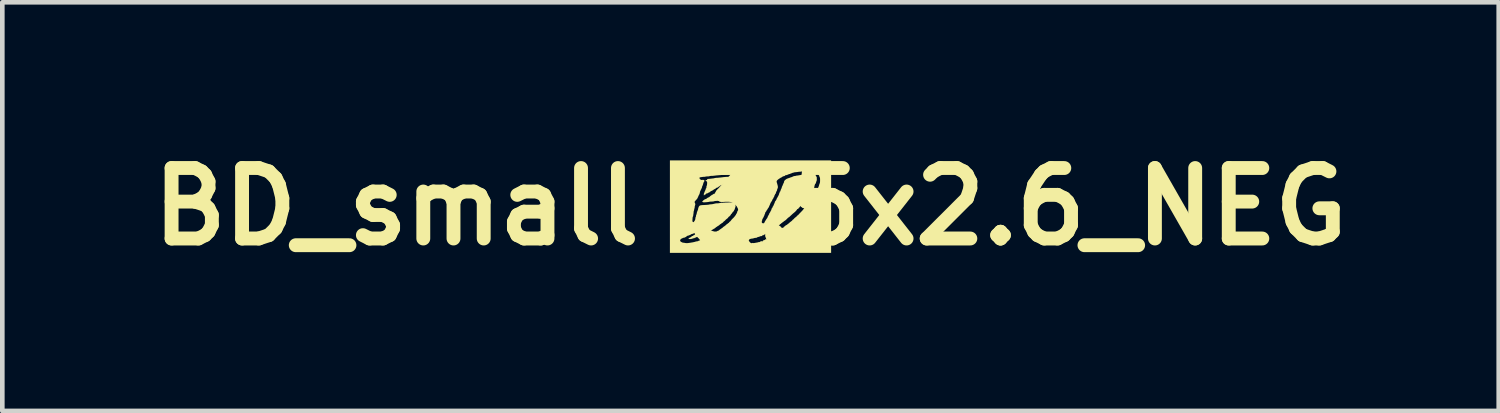
<source format=kicad_pcb>
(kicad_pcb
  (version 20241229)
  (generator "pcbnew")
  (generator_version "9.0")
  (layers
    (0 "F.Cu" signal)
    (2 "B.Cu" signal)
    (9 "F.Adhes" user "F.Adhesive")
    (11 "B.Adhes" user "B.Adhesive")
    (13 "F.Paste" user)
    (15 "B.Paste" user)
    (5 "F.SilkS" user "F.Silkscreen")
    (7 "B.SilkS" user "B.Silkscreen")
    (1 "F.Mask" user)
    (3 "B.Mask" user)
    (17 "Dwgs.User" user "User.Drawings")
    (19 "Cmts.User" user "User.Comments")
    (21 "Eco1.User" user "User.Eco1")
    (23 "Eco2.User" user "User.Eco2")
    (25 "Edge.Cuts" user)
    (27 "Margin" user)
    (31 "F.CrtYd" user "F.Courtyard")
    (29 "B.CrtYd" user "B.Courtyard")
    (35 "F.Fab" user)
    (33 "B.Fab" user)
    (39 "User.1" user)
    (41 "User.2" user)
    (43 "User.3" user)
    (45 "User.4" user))
  (footprint "BD_small 3.5x2.6_NEG"
    (layer "F.Cu")
    (at 13.179 1.418)
    (property "Reference" "BD_small 3.5x2.6_NEG" (at 0 0 0) (layer "F.SilkS") (effects (font (size 1.524 1.524) (thickness 0.3))))
    (attr board_only exclude_from_pos_files exclude_from_bom)
    (fp_poly (pts (xy 0.935 0.263) (xy 0.933 0.265) (xy 0.931 0.263) (xy 0.933 0.261)) (stroke (width 0) (type solid)) (fill yes) (layer "F.SilkS"))
    (fp_poly (pts (xy -0.984 -0.574) (xy -0.985 -0.573) (xy -0.985 -0.568) (xy -0.983 -0.565) (xy -0.981 -0.56) (xy -0.983 -0.559) (xy -0.988 -0.562) (xy -0.99 -0.566) (xy -0.992 -0.573) (xy -0.99 -0.575) (xy -0.987 -0.576)) (stroke (width 0) (type solid)) (fill yes) (layer "F.SilkS"))
    (fp_poly (pts (xy -0.409 -0.646) (xy -0.395 -0.646) (xy -0.387 -0.645) (xy -0.386 -0.644) (xy -0.385 -0.64) (xy -0.379 -0.636) (xy -0.375 -0.634) (xy -0.369 -0.633) (xy -0.369 -0.631) (xy -0.375 -0.626) (xy -0.382 -0.619) (xy -0.384 -0.612) (xy -0.386 -0.606) (xy -0.394 -0.604) (xy -0.402 -0.603) (xy -0.404 -0.6) (xy -0.408 -0.596) (xy -0.415 -0.591) (xy -0.433 -0.584) (xy -0.445 -0.578) (xy -0.456 -0.571) (xy -0.461 -0.567) (xy -0.473 -0.559) (xy -0.484 -0.554) (xy -0.486 -0.554) (xy -0.495 -0.55) (xy -0.507 -0.542) (xy -0.517 -0.535) (xy -0.529 -0.526) (xy -0.538 -0.52) (xy -0.543 -0.518) (xy -0.547 -0.515) (xy -0.547 -0.512) (xy -0.55 -0.507) (xy -0.555 -0.506) (xy -0.563 -0.504) (xy -0.566 -0.502) (xy -0.571 -0.499) (xy -0.574 -0.5) (xy -0.58 -0.498) (xy -0.585 -0.494) (xy -0.592 -0.487) (xy -0.597 -0.486) (xy -0.604 -0.482) (xy -0.608 -0.478) (xy -0.615 -0.471) (xy -0.628 -0.465) (xy -0.635 -0.463) (xy -0.654 -0.455) (xy -0.667 -0.445) (xy -0.675 -0.437) (xy -0.682 -0.433) (xy -0.683 -0.433) (xy -0.691 -0.43) (xy -0.693 -0.428) (xy -0.698 -0.422) (xy -0.708 -0.416) (xy -0.717 -0.411) (xy -0.724 -0.409) (xy -0.725 -0.409) (xy -0.733 -0.408) (xy -0.742 -0.404) (xy -0.747 -0.399) (xy -0.747 -0.398) (xy -0.75 -0.392) (xy -0.752 -0.392) (xy -0.758 -0.39) (xy -0.766 -0.384) (xy -0.766 -0.384) (xy -0.776 -0.378) (xy -0.784 -0.376) (xy -0.792 -0.372) (xy -0.796 -0.368) (xy -0.801 -0.363) (xy -0.811 -0.356) (xy -0.823 -0.349) (xy -0.835 -0.343) (xy -0.844 -0.339) (xy -0.847 -0.339) (xy -0.852 -0.337) (xy -0.86 -0.331) (xy -0.87 -0.324) (xy -0.879 -0.317) (xy -0.885 -0.312) (xy -0.886 -0.31) (xy -0.889 -0.308) (xy -0.898 -0.305) (xy -0.901 -0.304) (xy -0.913 -0.3) (xy -0.921 -0.294) (xy -0.922 -0.294) (xy -0.931 -0.287) (xy -0.941 -0.286) (xy -0.953 -0.284) (xy -0.958 -0.28) (xy -0.963 -0.274) (xy -0.965 -0.273) (xy -0.971 -0.27) (xy -0.973 -0.265) (xy -0.976 -0.259) (xy -0.978 -0.258) (xy -0.984 -0.257) (xy -0.993 -0.253) (xy -1.001 -0.247) (xy -1.005 -0.244) (xy -1.008 -0.244) (xy -1.01 -0.247) (xy -1.01 -0.254) (xy -1.01 -0.257) (xy -1.002 -0.257) (xy -1.002 -0.253) (xy -1 -0.253) (xy -0.996 -0.256) (xy -0.996 -0.257) (xy -0.997 -0.261) (xy -0.998 -0.261) (xy -1.001 -0.258) (xy -1.002 -0.257) (xy -1.01 -0.257) (xy -1.01 -0.266) (xy -1.009 -0.271) (xy -1.007 -0.283) (xy -1.007 -0.29) (xy -1.007 -0.291) (xy -1.006 -0.295) (xy -1.002 -0.298) (xy -0.997 -0.305) (xy -0.996 -0.309) (xy -0.994 -0.317) (xy -0.993 -0.321) (xy -0.983 -0.342) (xy -0.976 -0.357) (xy -0.972 -0.368) (xy -0.969 -0.378) (xy -0.969 -0.38) (xy -0.967 -0.389) (xy -0.964 -0.394) (xy -0.963 -0.394) (xy -0.96 -0.396) (xy -0.957 -0.403) (xy -0.954 -0.412) (xy -0.953 -0.42) (xy -0.953 -0.425) (xy -0.954 -0.432) (xy -0.952 -0.438) (xy -0.945 -0.456) (xy -0.941 -0.473) (xy -0.939 -0.493) (xy -0.938 -0.503) (xy -0.938 -0.519) (xy -0.939 -0.529) (xy -0.941 -0.536) (xy -0.946 -0.542) (xy -0.95 -0.547) (xy -0.96 -0.554) (xy -0.968 -0.559) (xy -0.97 -0.559) (xy -0.974 -0.561) (xy -0.972 -0.566) (xy -0.964 -0.572) (xy -0.955 -0.573) (xy -0.945 -0.575) (xy -0.94 -0.58) (xy -0.937 -0.586) (xy -0.934 -0.595) (xy -0.927 -0.598) (xy -0.919 -0.599) (xy -0.904 -0.6) (xy -0.883 -0.602) (xy -0.858 -0.604) (xy -0.843 -0.606) (xy -0.832 -0.608) (xy -0.817 -0.609) (xy -0.809 -0.61) (xy -0.794 -0.612) (xy -0.781 -0.615) (xy -0.777 -0.617) (xy -0.767 -0.619) (xy -0.753 -0.621) (xy -0.735 -0.623) (xy -0.729 -0.623) (xy -0.707 -0.624) (xy -0.678 -0.627) (xy -0.646 -0.63) (xy -0.612 -0.634) (xy -0.577 -0.639) (xy -0.576 -0.639) (xy -0.561 -0.64) (xy -0.543 -0.642) (xy -0.521 -0.643) (xy -0.497 -0.644) (xy -0.472 -0.645) (xy -0.449 -0.646) (xy -0.427 -0.646)) (stroke (width 0) (type solid)) (fill yes) (layer "F.SilkS"))
    (fp_poly (pts (xy 1.743 1) (xy -1.743 1) (xy -1.743 0.737) (xy -1.522 0.737) (xy -1.516 0.75) (xy -1.502 0.762) (xy -1.494 0.766) (xy -1.483 0.771) (xy -1.474 0.775) (xy -1.473 0.776) (xy -1.463 0.779) (xy -1.454 0.78) (xy -1.444 0.781) (xy -1.43 0.783) (xy -1.421 0.785) (xy -1.405 0.788) (xy -1.386 0.789) (xy -1.367 0.789) (xy -1.35 0.788) (xy -1.339 0.786) (xy -1.338 0.786) (xy -1.329 0.784) (xy -1.326 0.784) (xy -1.319 0.784) (xy -1.308 0.782) (xy -1.306 0.782) (xy -1.293 0.779) (xy -1.28 0.777) (xy -1.248 0.772) (xy -1.212 0.764) (xy -1.196 0.759) (xy -1.179 0.754) (xy -1.162 0.751) (xy -1.15 0.749) (xy -1.149 0.749) (xy -1.139 0.748) (xy -1.132 0.745) (xy -1.132 0.744) (xy -1.127 0.74) (xy -1.121 0.738) (xy -1.112 0.736) (xy -1.11 0.735) (xy -0.037 0.735) (xy -0.035 0.742) (xy -0.033 0.743) (xy -0.029 0.746) (xy -0.026 0.752) (xy -0.02 0.763) (xy -0.008 0.775) (xy 0.005 0.784) (xy 0.019 0.79) (xy 0.023 0.791) (xy 0.032 0.79) (xy 0.037 0.788) (xy 0.037 0.788) (xy 0.04 0.785) (xy 0.048 0.785) (xy 0.056 0.787) (xy 0.059 0.788) (xy 0.066 0.789) (xy 0.076 0.788) (xy 0.079 0.787) (xy 0.09 0.785) (xy 0.097 0.785) (xy 0.098 0.786) (xy 0.102 0.785) (xy 0.102 0.783) (xy 0.105 0.78) (xy 0.112 0.781) (xy 0.12 0.782) (xy 0.124 0.78) (xy 0.13 0.777) (xy 0.14 0.776) (xy 0.141 0.776) (xy 0.154 0.774) (xy 0.169 0.77) (xy 0.171 0.769) (xy 0.183 0.765) (xy 0.19 0.765) (xy 0.194 0.767) (xy 0.199 0.77) (xy 0.2 0.766) (xy 0.2 0.766) (xy 0.204 0.76) (xy 0.213 0.754) (xy 0.225 0.75) (xy 0.237 0.747) (xy 0.247 0.748) (xy 0.251 0.751) (xy 0.256 0.753) (xy 0.261 0.749) (xy 0.265 0.741) (xy 0.272 0.733) (xy 0.278 0.729) (xy 0.298 0.724) (xy 0.313 0.717) (xy 0.323 0.709) (xy 0.324 0.707) (xy 0.329 0.701) (xy 0.335 0.702) (xy 0.345 0.706) (xy 0.352 0.702) (xy 0.355 0.696) (xy 0.359 0.69) (xy 0.384 0.69) (xy 0.385 0.693) (xy 0.386 0.693) (xy 0.387 0.688) (xy 0.386 0.687) (xy 0.384 0.688) (xy 0.384 0.69) (xy 0.359 0.69) (xy 0.36 0.688) (xy 0.365 0.686) (xy 0.371 0.682) (xy 0.371 0.679) (xy 0.374 0.674) (xy 0.38 0.675) (xy 0.389 0.674) (xy 0.396 0.669) (xy 0.405 0.663) (xy 0.411 0.661) (xy 0.417 0.659) (xy 0.426 0.653) (xy 0.428 0.651) (xy 0.439 0.644) (xy 0.449 0.644) (xy 0.455 0.644) (xy 0.456 0.641) (xy 0.456 0.638) (xy 0.456 0.631) (xy 0.463 0.625) (xy 0.465 0.623) (xy 0.472 0.618) (xy 0.482 0.618) (xy 0.484 0.62) (xy 0.486 0.618) (xy 0.484 0.616) (xy 0.482 0.618) (xy 0.472 0.618) (xy 0.474 0.617) (xy 0.478 0.612) (xy 0.478 0.612) (xy 0.481 0.609) (xy 0.489 0.608) (xy 0.5 0.606) (xy 0.509 0.598) (xy 0.514 0.593) (xy 0.521 0.584) (xy 0.526 0.581) (xy 0.531 0.582) (xy 0.532 0.583) (xy 0.538 0.586) (xy 0.541 0.583) (xy 0.541 0.582) (xy 0.546 0.576) (xy 0.55 0.576) (xy 0.555 0.572) (xy 0.559 0.565) (xy 0.564 0.558) (xy 0.568 0.555) (xy 0.573 0.553) (xy 0.583 0.547) (xy 0.585 0.545) (xy 0.594 0.539) (xy 0.601 0.535) (xy 0.602 0.535) (xy 0.605 0.532) (xy 0.613 0.524) (xy 0.625 0.513) (xy 0.638 0.499) (xy 0.64 0.498) (xy 0.658 0.48) (xy 0.671 0.468) (xy 0.68 0.462) (xy 0.684 0.461) (xy 0.692 0.46) (xy 0.696 0.457) (xy 0.701 0.454) (xy 0.711 0.451) (xy 0.719 0.448) (xy 0.721 0.443) (xy 0.721 0.441) (xy 0.721 0.435) (xy 0.728 0.432) (xy 0.73 0.431) (xy 0.74 0.426) (xy 0.749 0.417) (xy 0.749 0.417) (xy 0.76 0.406) (xy 0.771 0.401) (xy 0.783 0.395) (xy 0.796 0.386) (xy 0.802 0.38) (xy 0.813 0.371) (xy 0.822 0.364) (xy 0.827 0.363) (xy 0.833 0.359) (xy 0.835 0.356) (xy 0.838 0.351) (xy 0.846 0.344) (xy 0.857 0.335) (xy 0.857 0.335) (xy 0.875 0.321) (xy 0.888 0.312) (xy 0.896 0.305) (xy 0.901 0.301) (xy 0.903 0.297) (xy 0.904 0.294) (xy 0.909 0.287) (xy 0.919 0.28) (xy 0.923 0.277) (xy 0.932 0.271) (xy 0.938 0.266) (xy 0.939 0.265) (xy 0.942 0.26) (xy 0.948 0.252) (xy 0.957 0.244) (xy 0.965 0.236) (xy 0.971 0.233) (xy 0.971 0.233) (xy 0.977 0.23) (xy 0.981 0.224) (xy 0.988 0.218) (xy 0.993 0.216) (xy 0.999 0.213) (xy 1 0.208) (xy 1.003 0.201) (xy 1.006 0.2) (xy 1.013 0.197) (xy 1.017 0.19) (xy 1.022 0.183) (xy 1.027 0.182) (xy 1.032 0.182) (xy 1.033 0.18) (xy 1.036 0.175) (xy 1.043 0.166) (xy 1.055 0.154) (xy 1.069 0.139) (xy 1.077 0.131) (xy 1.093 0.115) (xy 1.108 0.099) (xy 1.121 0.086) (xy 1.129 0.076) (xy 1.131 0.073) (xy 1.14 0.062) (xy 1.148 0.053) (xy 1.15 0.051) (xy 1.157 0.041) (xy 1.163 0.032) (xy 1.169 0.024) (xy 1.175 0.02) (xy 1.18 0.017) (xy 1.188 0.008) (xy 1.196 -0.004) (xy 1.198 -0.006) (xy 1.206 -0.019) (xy 1.212 -0.028) (xy 1.216 -0.033) (xy 1.217 -0.033) (xy 1.221 -0.036) (xy 1.227 -0.044) (xy 1.232 -0.055) (xy 1.235 -0.062) (xy 1.241 -0.069) (xy 1.245 -0.071) (xy 1.252 -0.075) (xy 1.258 -0.085) (xy 1.259 -0.087) (xy 1.264 -0.098) (xy 1.27 -0.104) (xy 1.271 -0.105) (xy 1.276 -0.11) (xy 1.278 -0.117) (xy 1.281 -0.127) (xy 1.287 -0.131) (xy 1.295 -0.137) (xy 1.303 -0.144) (xy 1.31 -0.156) (xy 1.317 -0.17) (xy 1.324 -0.182) (xy 1.33 -0.191) (xy 1.333 -0.193) (xy 1.338 -0.199) (xy 1.339 -0.204) (xy 1.341 -0.211) (xy 1.344 -0.213) (xy 1.349 -0.218) (xy 1.356 -0.227) (xy 1.364 -0.24) (xy 1.365 -0.241) (xy 1.374 -0.256) (xy 1.383 -0.268) (xy 1.39 -0.276) (xy 1.39 -0.276) (xy 1.397 -0.287) (xy 1.403 -0.299) (xy 1.404 -0.301) (xy 1.409 -0.314) (xy 1.418 -0.328) (xy 1.421 -0.331) (xy 1.428 -0.341) (xy 1.432 -0.351) (xy 1.433 -0.354) (xy 1.435 -0.365) (xy 1.441 -0.378) (xy 1.445 -0.384) (xy 1.456 -0.398) (xy 1.467 -0.418) (xy 1.477 -0.446) (xy 1.482 -0.461) (xy 1.487 -0.479) (xy 1.493 -0.495) (xy 1.498 -0.508) (xy 1.498 -0.508) (xy 1.501 -0.519) (xy 1.503 -0.533) (xy 1.504 -0.552) (xy 1.504 -0.574) (xy 1.504 -0.595) (xy 1.503 -0.611) (xy 1.502 -0.621) (xy 1.5 -0.629) (xy 1.496 -0.635) (xy 1.49 -0.647) (xy 1.488 -0.658) (xy 1.488 -0.658) (xy 1.484 -0.67) (xy 1.478 -0.678) (xy 1.472 -0.686) (xy 1.47 -0.694) (xy 1.467 -0.701) (xy 1.465 -0.702) (xy 1.459 -0.705) (xy 1.45 -0.711) (xy 1.441 -0.72) (xy 1.433 -0.728) (xy 1.429 -0.733) (xy 1.429 -0.734) (xy 1.425 -0.737) (xy 1.416 -0.741) (xy 1.404 -0.745) (xy 1.392 -0.749) (xy 1.382 -0.751) (xy 1.379 -0.751) (xy 1.372 -0.754) (xy 1.369 -0.757) (xy 1.364 -0.761) (xy 1.351 -0.764) (xy 1.331 -0.766) (xy 1.306 -0.768) (xy 1.278 -0.768) (xy 1.25 -0.768) (xy 1.221 -0.767) (xy 1.192 -0.766) (xy 1.166 -0.765) (xy 1.142 -0.764) (xy 1.123 -0.762) (xy 1.109 -0.761) (xy 1.101 -0.759) (xy 1.1 -0.759) (xy 1.095 -0.757) (xy 1.083 -0.756) (xy 1.07 -0.755) (xy 1.053 -0.754) (xy 1.038 -0.753) (xy 1.029 -0.751) (xy 1.018 -0.749) (xy 1.002 -0.747) (xy 0.984 -0.745) (xy 0.978 -0.745) (xy 0.961 -0.743) (xy 0.948 -0.741) (xy 0.94 -0.739) (xy 0.939 -0.739) (xy 0.934 -0.736) (xy 0.924 -0.734) (xy 0.923 -0.734) (xy 0.913 -0.732) (xy 0.908 -0.73) (xy 0.908 -0.73) (xy 0.902 -0.727) (xy 0.898 -0.727) (xy 0.89 -0.724) (xy 0.886 -0.72) (xy 0.878 -0.716) (xy 0.873 -0.716) (xy 0.864 -0.714) (xy 0.859 -0.71) (xy 0.851 -0.705) (xy 0.845 -0.705) (xy 0.837 -0.704) (xy 0.826 -0.701) (xy 0.821 -0.698) (xy 0.803 -0.69) (xy 0.786 -0.684) (xy 0.771 -0.68) (xy 0.761 -0.679) (xy 0.759 -0.679) (xy 0.751 -0.677) (xy 0.747 -0.671) (xy 0.743 -0.666) (xy 0.735 -0.662) (xy 0.723 -0.658) (xy 0.709 -0.656) (xy 0.7 -0.652) (xy 0.697 -0.65) (xy 0.69 -0.645) (xy 0.687 -0.645) (xy 0.681 -0.642) (xy 0.678 -0.637) (xy 0.672 -0.631) (xy 0.668 -0.631) (xy 0.661 -0.63) (xy 0.653 -0.625) (xy 0.646 -0.619) (xy 0.64 -0.616) (xy 0.633 -0.614) (xy 0.627 -0.608) (xy 0.62 -0.602) (xy 0.616 -0.6) (xy 0.61 -0.598) (xy 0.605 -0.594) (xy 0.598 -0.587) (xy 0.587 -0.579) (xy 0.583 -0.575) (xy 0.571 -0.562) (xy 0.565 -0.548) (xy 0.566 -0.53) (xy 0.57 -0.517) (xy 0.574 -0.504) (xy 0.577 -0.494) (xy 0.579 -0.49) (xy 0.581 -0.481) (xy 0.582 -0.472) (xy 0.585 -0.461) (xy 0.588 -0.455) (xy 0.59 -0.449) (xy 0.591 -0.438) (xy 0.591 -0.425) (xy 0.591 -0.412) (xy 0.59 -0.402) (xy 0.588 -0.396) (xy 0.588 -0.396) (xy 0.584 -0.392) (xy 0.58 -0.384) (xy 0.576 -0.372) (xy 0.575 -0.361) (xy 0.575 -0.358) (xy 0.573 -0.348) (xy 0.57 -0.344) (xy 0.564 -0.339) (xy 0.563 -0.337) (xy 0.562 -0.329) (xy 0.557 -0.32) (xy 0.552 -0.308) (xy 0.548 -0.294) (xy 0.547 -0.291) (xy 0.543 -0.279) (xy 0.538 -0.274) (xy 0.537 -0.273) (xy 0.532 -0.27) (xy 0.531 -0.266) (xy 0.528 -0.256) (xy 0.525 -0.252) (xy 0.52 -0.244) (xy 0.516 -0.232) (xy 0.514 -0.225) (xy 0.51 -0.213) (xy 0.506 -0.206) (xy 0.504 -0.204) (xy 0.5 -0.2) (xy 0.497 -0.191) (xy 0.496 -0.187) (xy 0.494 -0.177) (xy 0.491 -0.174) (xy 0.489 -0.176) (xy 0.487 -0.179) (xy 0.486 -0.174) (xy 0.486 -0.173) (xy 0.483 -0.164) (xy 0.478 -0.158) (xy 0.472 -0.149) (xy 0.468 -0.137) (xy 0.464 -0.125) (xy 0.457 -0.116) (xy 0.451 -0.109) (xy 0.449 -0.104) (xy 0.446 -0.098) (xy 0.441 -0.092) (xy 0.436 -0.086) (xy 0.435 -0.082) (xy 0.434 -0.078) (xy 0.431 -0.072) (xy 0.426 -0.062) (xy 0.422 -0.05) (xy 0.421 -0.047) (xy 0.415 -0.033) (xy 0.409 -0.02) (xy 0.408 -0.018) (xy 0.403 -0.007) (xy 0.399 0.004) (xy 0.395 0.013) (xy 0.387 0.025) (xy 0.383 0.03) (xy 0.374 0.043) (xy 0.367 0.055) (xy 0.365 0.059) (xy 0.361 0.068) (xy 0.355 0.072) (xy 0.355 0.072) (xy 0.35 0.075) (xy 0.35 0.079) (xy 0.347 0.089) (xy 0.339 0.102) (xy 0.325 0.118) (xy 0.325 0.119) (xy 0.32 0.126) (xy 0.317 0.138) (xy 0.316 0.143) (xy 0.313 0.155) (xy 0.309 0.164) (xy 0.307 0.166) (xy 0.303 0.173) (xy 0.301 0.183) (xy 0.299 0.193) (xy 0.295 0.198) (xy 0.291 0.203) (xy 0.291 0.206) (xy 0.291 0.213) (xy 0.288 0.215) (xy 0.283 0.22) (xy 0.28 0.23) (xy 0.279 0.231) (xy 0.276 0.241) (xy 0.272 0.247) (xy 0.271 0.248) (xy 0.266 0.253) (xy 0.265 0.257) (xy 0.262 0.265) (xy 0.259 0.267) (xy 0.254 0.272) (xy 0.255 0.278) (xy 0.255 0.288) (xy 0.252 0.295) (xy 0.247 0.307) (xy 0.244 0.322) (xy 0.244 0.337) (xy 0.246 0.348) (xy 0.247 0.35) (xy 0.256 0.357) (xy 0.269 0.36) (xy 0.283 0.36) (xy 0.289 0.359) (xy 0.297 0.352) (xy 0.301 0.343) (xy 0.304 0.333) (xy 0.309 0.326) (xy 0.314 0.32) (xy 0.314 0.316) (xy 0.317 0.31) (xy 0.323 0.302) (xy 0.325 0.3) (xy 0.331 0.292) (xy 0.335 0.285) (xy 0.335 0.284) (xy 0.338 0.278) (xy 0.346 0.266) (xy 0.359 0.25) (xy 0.36 0.249) (xy 0.365 0.242) (xy 0.365 0.239) (xy 0.367 0.231) (xy 0.371 0.221) (xy 0.375 0.212) (xy 0.379 0.205) (xy 0.38 0.204) (xy 0.383 0.201) (xy 0.384 0.195) (xy 0.387 0.187) (xy 0.394 0.178) (xy 0.394 0.177) (xy 0.402 0.165) (xy 0.404 0.156) (xy 0.408 0.143) (xy 0.414 0.135) (xy 0.423 0.124) (xy 0.429 0.111) (xy 0.429 0.111) (xy 0.435 0.097) (xy 0.443 0.084) (xy 0.444 0.083) (xy 0.452 0.068) (xy 0.452 0.059) (xy 0.453 0.048) (xy 0.461 0.038) (xy 0.468 0.03) (xy 0.471 0.024) (xy 0.471 0.024) (xy 0.474 0.019) (xy 0.475 0.018) (xy 0.477 0.012) (xy 0.478 0.008) (xy 0.48 0.000356) (xy 0.486 -0.006) (xy 0.492 -0.013) (xy 0.494 -0.018) (xy 0.496 -0.023) (xy 0.5 -0.034) (xy 0.504 -0.042) (xy 0.514 -0.065) (xy 0.521 -0.081) (xy 0.525 -0.092) (xy 0.527 -0.1) (xy 0.527 -0.102) (xy 0.53 -0.111) (xy 0.534 -0.115) (xy 0.54 -0.122) (xy 0.548 -0.133) (xy 0.556 -0.146) (xy 0.562 -0.159) (xy 0.567 -0.17) (xy 0.567 -0.173) (xy 0.57 -0.181) (xy 0.576 -0.188) (xy 0.581 -0.195) (xy 0.582 -0.199) (xy 0.583 -0.203) (xy 0.588 -0.211) (xy 0.59 -0.214) (xy 0.597 -0.225) (xy 0.604 -0.24) (xy 0.612 -0.256) (xy 0.617 -0.271) (xy 0.62 -0.282) (xy 0.621 -0.285) (xy 0.623 -0.294) (xy 0.627 -0.298) (xy 0.631 -0.307) (xy 0.631 -0.313) (xy 0.63 -0.32) (xy 0.635 -0.322) (xy 0.636 -0.322) (xy 0.64 -0.324) (xy 0.644 -0.331) (xy 0.649 -0.343) (xy 0.651 -0.352) (xy 0.656 -0.367) (xy 0.661 -0.38) (xy 0.666 -0.388) (xy 0.666 -0.388) (xy 0.671 -0.397) (xy 0.675 -0.409) (xy 0.675 -0.414) (xy 0.679 -0.428) (xy 0.684 -0.439) (xy 0.686 -0.442) (xy 0.692 -0.451) (xy 0.694 -0.46) (xy 0.697 -0.47) (xy 0.701 -0.477) (xy 0.706 -0.485) (xy 0.707 -0.491) (xy 0.709 -0.5) (xy 0.712 -0.503) (xy 0.718 -0.51) (xy 0.718 -0.514) (xy 0.721 -0.522) (xy 0.723 -0.525) (xy 0.726 -0.53) (xy 0.725 -0.536) (xy 0.726 -0.546) (xy 0.733 -0.559) (xy 0.745 -0.573) (xy 0.761 -0.586) (xy 0.765 -0.589) (xy 0.776 -0.597) (xy 0.785 -0.602) (xy 0.79 -0.604) (xy 0.795 -0.606) (xy 0.805 -0.609) (xy 0.806 -0.61) (xy 0.818 -0.614) (xy 0.833 -0.619) (xy 0.837 -0.621) (xy 0.849 -0.624) (xy 0.857 -0.628) (xy 0.859 -0.629) (xy 0.866 -0.632) (xy 0.872 -0.633) (xy 0.88 -0.634) (xy 0.884 -0.637) (xy 0.889 -0.64) (xy 0.896 -0.641) (xy 0.904 -0.642) (xy 0.906 -0.644) (xy 0.91 -0.649) (xy 0.92 -0.653) (xy 0.935 -0.658) (xy 0.952 -0.662) (xy 0.963 -0.663) (xy 0.978 -0.665) (xy 0.989 -0.668) (xy 0.995 -0.67) (xy 1.002 -0.673) (xy 1.005 -0.672) (xy 1.012 -0.672) (xy 1.024 -0.673) (xy 1.038 -0.676) (xy 1.039 -0.676) (xy 1.057 -0.679) (xy 1.074 -0.682) (xy 1.086 -0.684) (xy 1.098 -0.686) (xy 1.107 -0.689) (xy 1.109 -0.69) (xy 1.117 -0.693) (xy 1.125 -0.693) (xy 1.137 -0.692) (xy 1.148 -0.694) (xy 1.161 -0.695) (xy 1.17 -0.694) (xy 1.182 -0.692) (xy 1.189 -0.695) (xy 1.196 -0.698) (xy 1.199 -0.696) (xy 1.199 -0.695) (xy 1.204 -0.691) (xy 1.213 -0.69) (xy 1.222 -0.691) (xy 1.227 -0.694) (xy 1.232 -0.697) (xy 1.24 -0.698) (xy 1.247 -0.696) (xy 1.249 -0.693) (xy 1.25 -0.69) (xy 1.252 -0.692) (xy 1.258 -0.695) (xy 1.271 -0.696) (xy 1.291 -0.697) (xy 1.3 -0.697) (xy 1.321 -0.697) (xy 1.336 -0.696) (xy 1.346 -0.694) (xy 1.355 -0.691) (xy 1.358 -0.69) (xy 1.369 -0.684) (xy 1.378 -0.682) (xy 1.38 -0.682) (xy 1.387 -0.68) (xy 1.39 -0.677) (xy 1.395 -0.675) (xy 1.396 -0.676) (xy 1.405 -0.677) (xy 1.413 -0.672) (xy 1.418 -0.662) (xy 1.419 -0.661) (xy 1.422 -0.651) (xy 1.427 -0.646) (xy 1.431 -0.641) (xy 1.432 -0.63) (xy 1.433 -0.621) (xy 1.433 -0.607) (xy 1.433 -0.596) (xy 1.434 -0.592) (xy 1.434 -0.583) (xy 1.432 -0.572) (xy 1.43 -0.56) (xy 1.427 -0.551) (xy 1.424 -0.547) (xy 1.424 -0.547) (xy 1.422 -0.543) (xy 1.421 -0.537) (xy 1.419 -0.528) (xy 1.416 -0.524) (xy 1.414 -0.52) (xy 1.415 -0.518) (xy 1.415 -0.512) (xy 1.414 -0.505) (xy 1.411 -0.497) (xy 1.404 -0.497) (xy 1.404 -0.497) (xy 1.397 -0.497) (xy 1.396 -0.493) (xy 1.396 -0.484) (xy 1.391 -0.476) (xy 1.386 -0.473) (xy 1.382 -0.47) (xy 1.379 -0.458) (xy 1.378 -0.451) (xy 1.372 -0.43) (xy 1.363 -0.413) (xy 1.352 -0.403) (xy 1.348 -0.397) (xy 1.347 -0.395) (xy 1.345 -0.388) (xy 1.339 -0.375) (xy 1.329 -0.356) (xy 1.317 -0.333) (xy 1.313 -0.323) (xy 1.31 -0.316) (xy 1.31 -0.315) (xy 1.308 -0.311) (xy 1.306 -0.31) (xy 1.302 -0.307) (xy 1.297 -0.299) (xy 1.291 -0.289) (xy 1.285 -0.282) (xy 1.279 -0.275) (xy 1.278 -0.269) (xy 1.276 -0.263) (xy 1.274 -0.261) (xy 1.27 -0.258) (xy 1.265 -0.249) (xy 1.264 -0.247) (xy 1.259 -0.238) (xy 1.255 -0.233) (xy 1.254 -0.233) (xy 1.25 -0.229) (xy 1.246 -0.221) (xy 1.24 -0.21) (xy 1.236 -0.203) (xy 1.23 -0.195) (xy 1.221 -0.185) (xy 1.21 -0.174) (xy 1.2 -0.164) (xy 1.192 -0.158) (xy 1.188 -0.155) (xy 1.184 -0.152) (xy 1.184 -0.148) (xy 1.181 -0.14) (xy 1.175 -0.13) (xy 1.173 -0.128) (xy 1.164 -0.118) (xy 1.153 -0.105) (xy 1.147 -0.097) (xy 1.139 -0.087) (xy 1.133 -0.079) (xy 1.13 -0.078) (xy 1.126 -0.074) (xy 1.121 -0.066) (xy 1.12 -0.064) (xy 1.113 -0.054) (xy 1.106 -0.046) (xy 1.106 -0.046) (xy 1.1 -0.039) (xy 1.098 -0.035) (xy 1.095 -0.028) (xy 1.09 -0.024) (xy 1.083 -0.019) (xy 1.082 -0.015) (xy 1.079 -0.009) (xy 1.074 -0.005) (xy 1.067 0.002) (xy 1.065 0.008) (xy 1.063 0.015) (xy 1.058 0.016) (xy 1.05 0.02) (xy 1.047 0.023) (xy 1.043 0.032) (xy 1.035 0.042) (xy 1.026 0.049) (xy 1.019 0.052) (xy 1.018 0.051) (xy 1.012 0.053) (xy 1.006 0.063) (xy 1.004 0.065) (xy 0.996 0.077) (xy 0.985 0.09) (xy 0.98 0.095) (xy 0.971 0.104) (xy 0.965 0.111) (xy 0.963 0.114) (xy 0.96 0.118) (xy 0.959 0.118) (xy 0.953 0.121) (xy 0.949 0.123) (xy 0.944 0.129) (xy 0.934 0.137) (xy 0.922 0.147) (xy 0.907 0.16) (xy 0.891 0.175) (xy 0.879 0.186) (xy 0.862 0.202) (xy 0.849 0.214) (xy 0.84 0.222) (xy 0.833 0.228) (xy 0.827 0.231) (xy 0.822 0.234) (xy 0.814 0.24) (xy 0.803 0.25) (xy 0.79 0.263) (xy 0.786 0.267) (xy 0.771 0.282) (xy 0.756 0.295) (xy 0.743 0.304) (xy 0.742 0.305) (xy 0.731 0.311) (xy 0.724 0.316) (xy 0.723 0.318) (xy 0.719 0.322) (xy 0.712 0.327) (xy 0.711 0.327) (xy 0.701 0.333) (xy 0.69 0.343) (xy 0.687 0.346) (xy 0.677 0.354) (xy 0.67 0.359) (xy 0.667 0.359) (xy 0.662 0.362) (xy 0.661 0.365) (xy 0.659 0.371) (xy 0.657 0.371) (xy 0.65 0.374) (xy 0.641 0.38) (xy 0.633 0.387) (xy 0.629 0.394) (xy 0.629 0.395) (xy 0.625 0.4) (xy 0.623 0.4) (xy 0.618 0.403) (xy 0.609 0.41) (xy 0.599 0.42) (xy 0.587 0.432) (xy 0.575 0.442) (xy 0.566 0.447) (xy 0.557 0.453) (xy 0.551 0.457) (xy 0.551 0.458) (xy 0.548 0.46) (xy 0.539 0.463) (xy 0.539 0.463) (xy 0.53 0.466) (xy 0.527 0.469) (xy 0.527 0.469) (xy 0.524 0.475) (xy 0.516 0.483) (xy 0.507 0.49) (xy 0.5 0.494) (xy 0.498 0.494) (xy 0.49 0.497) (xy 0.484 0.502) (xy 0.475 0.508) (xy 0.469 0.51) (xy 0.463 0.512) (xy 0.461 0.514) (xy 0.458 0.519) (xy 0.454 0.521) (xy 0.447 0.525) (xy 0.436 0.531) (xy 0.427 0.538) (xy 0.413 0.546) (xy 0.399 0.552) (xy 0.391 0.554) (xy 0.382 0.556) (xy 0.378 0.559) (xy 0.378 0.559) (xy 0.376 0.564) (xy 0.372 0.567) (xy 0.365 0.57) (xy 0.363 0.567) (xy 0.363 0.566) (xy 0.361 0.566) (xy 0.357 0.571) (xy 0.356 0.572) (xy 0.346 0.583) (xy 0.333 0.59) (xy 0.325 0.592) (xy 0.318 0.595) (xy 0.314 0.598) (xy 0.307 0.603) (xy 0.302 0.604) (xy 0.294 0.607) (xy 0.288 0.612) (xy 0.279 0.618) (xy 0.272 0.62) (xy 0.26 0.62) (xy 0.255 0.622) (xy 0.253 0.628) (xy 0.253 0.629) (xy 0.25 0.635) (xy 0.244 0.637) (xy 0.227 0.638) (xy 0.214 0.64) (xy 0.21 0.642) (xy 0.201 0.646) (xy 0.188 0.651) (xy 0.174 0.655) (xy 0.163 0.657) (xy 0.161 0.657) (xy 0.153 0.659) (xy 0.15 0.662) (xy 0.145 0.666) (xy 0.136 0.671) (xy 0.124 0.674) (xy 0.114 0.676) (xy 0.11 0.675) (xy 0.101 0.675) (xy 0.093 0.677) (xy 0.067 0.685) (xy 0.04 0.691) (xy 0.033 0.691) (xy 0.007 0.695) (xy -0.013 0.702) (xy -0.027 0.71) (xy -0.03 0.715) (xy -0.035 0.725) (xy -0.037 0.735) (xy -1.11 0.735) (xy -1.101 0.731) (xy -1.1 0.73) (xy -1.089 0.724) (xy -1.075 0.716) (xy -1.071 0.714) (xy -1.06 0.709) (xy -1.054 0.704) (xy -1.053 0.702) (xy -1.05 0.698) (xy -1.041 0.693) (xy -1.03 0.687) (xy -1.018 0.683) (xy -1.009 0.681) (xy -1.007 0.681) (xy -0.999 0.68) (xy -0.989 0.676) (xy -0.978 0.671) (xy -0.964 0.665) (xy -0.959 0.663) (xy -0.945 0.657) (xy -0.931 0.649) (xy -0.928 0.647) (xy -0.918 0.64) (xy -0.911 0.637) (xy -0.91 0.637) (xy -0.903 0.635) (xy -0.892 0.63) (xy -0.879 0.624) (xy -0.866 0.617) (xy -0.856 0.611) (xy -0.851 0.608) (xy -0.843 0.606) (xy -0.839 0.606) (xy -0.834 0.607) (xy -0.833 0.605) (xy -0.829 0.6) (xy -0.824 0.598) (xy -0.814 0.592) (xy -0.809 0.587) (xy -0.801 0.581) (xy -0.796 0.578) (xy -0.789 0.576) (xy -0.778 0.57) (xy -0.775 0.568) (xy -0.765 0.563) (xy -0.757 0.559) (xy -0.756 0.559) (xy -0.751 0.556) (xy -0.751 0.555) (xy -0.748 0.552) (xy -0.743 0.551) (xy -0.736 0.548) (xy -0.734 0.544) (xy -0.729 0.538) (xy -0.72 0.531) (xy -0.709 0.524) (xy -0.698 0.52) (xy -0.692 0.518) (xy -0.686 0.516) (xy -0.678 0.509) (xy -0.678 0.508) (xy -0.671 0.502) (xy -0.658 0.493) (xy -0.643 0.482) (xy -0.63 0.473) (xy -0.615 0.463) (xy -0.602 0.453) (xy -0.594 0.446) (xy -0.592 0.442) (xy -0.589 0.437) (xy -0.585 0.437) (xy -0.578 0.434) (xy -0.569 0.428) (xy -0.567 0.426) (xy -0.559 0.418) (xy -0.553 0.415) (xy -0.552 0.414) (xy -0.548 0.412) (xy -0.54 0.405) (xy -0.529 0.395) (xy -0.527 0.393) (xy -0.515 0.382) (xy -0.503 0.373) (xy -0.496 0.369) (xy -0.495 0.369) (xy -0.488 0.365) (xy -0.486 0.361) (xy -0.482 0.356) (xy -0.476 0.353) (xy -0.468 0.35) (xy -0.465 0.346) (xy -0.463 0.34) (xy -0.456 0.332) (xy -0.448 0.325) (xy -0.443 0.322) (xy -0.439 0.319) (xy -0.431 0.311) (xy -0.422 0.299) (xy -0.42 0.297) (xy -0.41 0.283) (xy -0.399 0.271) (xy -0.39 0.262) (xy -0.39 0.262) (xy -0.368 0.241) (xy -0.35 0.221) (xy -0.344 0.214) (xy -0.336 0.203) (xy -0.326 0.19) (xy -0.323 0.186) (xy -0.316 0.176) (xy -0.313 0.169) (xy -0.313 0.167) (xy -0.312 0.163) (xy -0.312 0.163) (xy -0.308 0.16) (xy -0.302 0.151) (xy -0.296 0.138) (xy -0.29 0.124) (xy -0.286 0.111) (xy -0.284 0.102) (xy -0.284 0.1) (xy -0.283 0.091) (xy -0.278 0.089) (xy -0.277 0.089) (xy -0.271 0.087) (xy -0.269 0.081) (xy -0.267 0.072) (xy -0.261 0.061) (xy -0.257 0.055) (xy -0.25 0.044) (xy -0.246 0.034) (xy -0.245 0.03) (xy -0.242 0.021) (xy -0.238 0.017) (xy -0.233 0.013) (xy -0.234 0.007) (xy -0.236 0.002) (xy -0.239 -0.009) (xy -0.236 -0.017) (xy -0.234 -0.025) (xy -0.237 -0.036) (xy -0.238 -0.039) (xy -0.243 -0.05) (xy -0.245 -0.06) (xy -0.245 -0.06) (xy -0.248 -0.068) (xy -0.256 -0.078) (xy -0.267 -0.087) (xy -0.278 -0.094) (xy -0.282 -0.096) (xy -0.292 -0.101) (xy -0.3 -0.108) (xy -0.309 -0.116) (xy -0.318 -0.12) (xy -0.33 -0.124) (xy -0.337 -0.126) (xy -0.356 -0.133) (xy -0.378 -0.138) (xy -0.405 -0.142) (xy -0.437 -0.144) (xy -0.454 -0.144) (xy -0.476 -0.145) (xy -0.496 -0.144) (xy -0.511 -0.144) (xy -0.521 -0.143) (xy -0.523 -0.143) (xy -0.529 -0.141) (xy -0.542 -0.14) (xy -0.559 -0.138) (xy -0.579 -0.137) (xy -0.582 -0.137) (xy -0.617 -0.135) (xy -0.644 -0.134) (xy -0.666 -0.133) (xy -0.681 -0.132) (xy -0.693 -0.131) (xy -0.7 -0.13) (xy -0.705 -0.129) (xy -0.707 -0.128) (xy -0.708 -0.127) (xy -0.714 -0.126) (xy -0.726 -0.124) (xy -0.741 -0.123) (xy -0.742 -0.123) (xy -0.758 -0.122) (xy -0.773 -0.12) (xy -0.782 -0.118) (xy -0.793 -0.114) (xy -0.807 -0.112) (xy -0.825 -0.11) (xy -0.85 -0.109) (xy -0.858 -0.109) (xy -0.873 -0.108) (xy -0.886 -0.106) (xy -0.894 -0.104) (xy -0.894 -0.104) (xy -0.902 -0.102) (xy -0.917 -0.1) (xy -0.939 -0.097) (xy -0.968 -0.095) (xy -0.999 -0.093) (xy -1.014 -0.092) (xy -1.022 -0.094) (xy -1.025 -0.096) (xy -1.025 -0.097) (xy -1.028 -0.101) (xy -1.033 -0.102) (xy -1.038 -0.098) (xy -1.038 -0.098) (xy -1.041 -0.096) (xy -1.044 -0.099) (xy -1.046 -0.103) (xy -1.043 -0.109) (xy -1.036 -0.118) (xy -1.031 -0.124) (xy -1.021 -0.134) (xy -1.013 -0.141) (xy -1.009 -0.143) (xy -1.004 -0.146) (xy -0.997 -0.152) (xy -0.997 -0.152) (xy -0.984 -0.161) (xy -0.975 -0.162) (xy -0.965 -0.164) (xy -0.96 -0.167) (xy -0.96 -0.167) (xy -0.955 -0.171) (xy -0.953 -0.171) (xy -0.948 -0.174) (xy -0.947 -0.177) (xy -0.944 -0.18) (xy -0.935 -0.186) (xy -0.924 -0.193) (xy -0.913 -0.198) (xy -0.903 -0.202) (xy -0.9 -0.202) (xy -0.895 -0.205) (xy -0.887 -0.212) (xy -0.876 -0.222) (xy -0.865 -0.231) (xy -0.856 -0.238) (xy -0.851 -0.241) (xy -0.845 -0.243) (xy -0.845 -0.244) (xy -0.842 -0.248) (xy -0.834 -0.254) (xy -0.825 -0.258) (xy -0.818 -0.26) (xy -0.817 -0.259) (xy -0.813 -0.261) (xy -0.81 -0.265) (xy -0.805 -0.27) (xy -0.795 -0.276) (xy -0.782 -0.281) (xy -0.769 -0.285) (xy -0.762 -0.286) (xy -0.756 -0.289) (xy -0.754 -0.293) (xy -0.749 -0.299) (xy -0.743 -0.301) (xy -0.734 -0.304) (xy -0.73 -0.308) (xy -0.724 -0.313) (xy -0.721 -0.314) (xy -0.715 -0.318) (xy -0.713 -0.321) (xy -0.708 -0.325) (xy -0.704 -0.325) (xy -0.697 -0.326) (xy -0.691 -0.331) (xy -0.684 -0.337) (xy -0.679 -0.339) (xy -0.674 -0.341) (xy -0.665 -0.348) (xy -0.664 -0.349) (xy -0.654 -0.356) (xy -0.646 -0.359) (xy -0.645 -0.359) (xy -0.638 -0.361) (xy -0.637 -0.363) (xy -0.633 -0.366) (xy -0.625 -0.371) (xy -0.622 -0.373) (xy -0.608 -0.38) (xy -0.595 -0.389) (xy -0.592 -0.391) (xy -0.583 -0.399) (xy -0.575 -0.404) (xy -0.573 -0.404) (xy -0.567 -0.407) (xy -0.561 -0.412) (xy -0.553 -0.418) (xy -0.547 -0.42) (xy -0.539 -0.423) (xy -0.534 -0.427) (xy -0.528 -0.432) (xy -0.517 -0.439) (xy -0.502 -0.447) (xy -0.5 -0.448) (xy -0.481 -0.458) (xy -0.467 -0.465) (xy -0.458 -0.47) (xy -0.452 -0.474) (xy -0.448 -0.479) (xy -0.447 -0.48) (xy -0.442 -0.484) (xy -0.438 -0.484) (xy -0.433 -0.485) (xy -0.427 -0.49) (xy -0.419 -0.496) (xy -0.414 -0.498) (xy -0.408 -0.501) (xy -0.404 -0.506) (xy -0.399 -0.513) (xy -0.394 -0.514) (xy -0.388 -0.517) (xy -0.378 -0.522) (xy -0.373 -0.526) (xy -0.36 -0.534) (xy -0.348 -0.541) (xy -0.345 -0.543) (xy -0.334 -0.55) (xy -0.321 -0.561) (xy -0.307 -0.575) (xy -0.294 -0.589) (xy -0.283 -0.603) (xy -0.275 -0.615) (xy -0.273 -0.621) (xy -0.272 -0.637) (xy -0.275 -0.649) (xy -0.285 -0.657) (xy -0.295 -0.662) (xy -0.307 -0.668) (xy -0.317 -0.675) (xy -0.32 -0.678) (xy -0.328 -0.684) (xy -0.342 -0.688) (xy -0.364 -0.691) (xy -0.393 -0.693) (xy -0.429 -0.695) (xy -0.443 -0.695) (xy -0.473 -0.695) (xy -0.498 -0.694) (xy -0.519 -0.693) (xy -0.533 -0.692) (xy -0.541 -0.69) (xy -0.541 -0.69) (xy -0.547 -0.689) (xy -0.558 -0.688) (xy -0.573 -0.687) (xy -0.576 -0.687) (xy -0.594 -0.686) (xy -0.616 -0.685) (xy -0.639 -0.683) (xy -0.649 -0.682) (xy -0.672 -0.68) (xy -0.696 -0.678) (xy -0.717 -0.676) (xy -0.725 -0.676) (xy -0.745 -0.674) (xy -0.766 -0.671) (xy -0.784 -0.669) (xy -0.803 -0.667) (xy -0.824 -0.665) (xy -0.84 -0.665) (xy -0.863 -0.664) (xy -0.88 -0.661) (xy -0.882 -0.66) (xy -0.895 -0.656) (xy -0.914 -0.653) (xy -0.935 -0.653) (xy -0.952 -0.652) (xy -0.966 -0.651) (xy -0.974 -0.649) (xy -0.976 -0.648) (xy -0.979 -0.646) (xy -0.988 -0.645) (xy -0.989 -0.645) (xy -1.001 -0.645) (xy -1.018 -0.644) (xy -1.038 -0.642) (xy -1.058 -0.639) (xy -1.076 -0.636) (xy -1.089 -0.634) (xy -1.095 -0.632) (xy -1.102 -0.628) (xy -1.104 -0.622) (xy -1.103 -0.615) (xy -1.1 -0.605) (xy -1.096 -0.599) (xy -1.096 -0.599) (xy -1.091 -0.595) (xy -1.082 -0.587) (xy -1.081 -0.586) (xy -1.073 -0.58) (xy -1.065 -0.577) (xy -1.053 -0.577) (xy -1.048 -0.578) (xy -1.032 -0.578) (xy -1.019 -0.578) (xy -1.009 -0.576) (xy -1.005 -0.573) (xy -1.005 -0.572) (xy -1.004 -0.567) (xy -1.001 -0.56) (xy -0.998 -0.554) (xy -0.999 -0.547) (xy -1.004 -0.538) (xy -1.008 -0.532) (xy -1.015 -0.521) (xy -1.02 -0.511) (xy -1.021 -0.506) (xy -1.022 -0.496) (xy -1.027 -0.481) (xy -1.033 -0.463) (xy -1.041 -0.445) (xy -1.046 -0.436) (xy -1.048 -0.426) (xy -1.049 -0.419) (xy -1.051 -0.41) (xy -1.053 -0.406) (xy -1.056 -0.401) (xy -1.055 -0.4) (xy -1.056 -0.395) (xy -1.059 -0.392) (xy -1.065 -0.384) (xy -1.065 -0.379) (xy -1.067 -0.373) (xy -1.07 -0.371) (xy -1.073 -0.368) (xy -1.074 -0.366) (xy -1.075 -0.358) (xy -1.079 -0.349) (xy -1.084 -0.342) (xy -1.087 -0.339) (xy -1.089 -0.335) (xy -1.09 -0.326) (xy -1.09 -0.325) (xy -1.091 -0.315) (xy -1.094 -0.308) (xy -1.094 -0.308) (xy -1.097 -0.303) (xy -1.098 -0.293) (xy -1.098 -0.292) (xy -1.101 -0.279) (xy -1.109 -0.261) (xy -1.114 -0.252) (xy -1.123 -0.237) (xy -1.129 -0.222) (xy -1.133 -0.211) (xy -1.133 -0.211) (xy -1.136 -0.201) (xy -1.141 -0.195) (xy -1.141 -0.194) (xy -1.147 -0.189) (xy -1.147 -0.187) (xy -1.149 -0.179) (xy -1.153 -0.17) (xy -1.157 -0.162) (xy -1.16 -0.159) (xy -1.165 -0.157) (xy -1.172 -0.151) (xy -1.179 -0.144) (xy -1.184 -0.138) (xy -1.184 -0.138) (xy -1.186 -0.133) (xy -1.193 -0.125) (xy -1.198 -0.12) (xy -1.206 -0.109) (xy -1.21 -0.101) (xy -1.21 -0.098) (xy -1.205 -0.086) (xy -1.199 -0.072) (xy -1.196 -0.064) (xy -1.194 -0.055) (xy -1.195 -0.041) (xy -1.199 -0.027) (xy -1.201 -0.022) (xy -1.204 -0.014) (xy -1.206 -0.001) (xy -1.207 0.007) (xy -1.208 0.021) (xy -1.21 0.032) (xy -1.212 0.036) (xy -1.214 0.044) (xy -1.217 0.056) (xy -1.219 0.066) (xy -1.221 0.079) (xy -1.223 0.087) (xy -1.225 0.09) (xy -1.227 0.094) (xy -1.229 0.103) (xy -1.23 0.117) (xy -1.23 0.117) (xy -1.232 0.134) (xy -1.233 0.15) (xy -1.235 0.159) (xy -1.237 0.173) (xy -1.239 0.189) (xy -1.239 0.191) (xy -1.241 0.204) (xy -1.245 0.214) (xy -1.246 0.216) (xy -1.249 0.222) (xy -1.252 0.233) (xy -1.253 0.25) (xy -1.255 0.272) (xy -1.257 0.322) (xy -1.242 0.329) (xy -1.231 0.334) (xy -1.224 0.337) (xy -1.223 0.338) (xy -1.221 0.336) (xy -1.222 0.332) (xy -1.221 0.323) (xy -1.215 0.314) (xy -1.207 0.306) (xy -1.204 0.298) (xy -1.204 0.297) (xy -1.203 0.291) (xy -1.201 0.29) (xy -1.198 0.286) (xy -1.196 0.277) (xy -1.193 0.265) (xy -1.192 0.252) (xy -1.191 0.242) (xy -1.192 0.24) (xy -1.189 0.233) (xy -1.186 0.229) (xy -1.182 0.221) (xy -1.18 0.207) (xy -1.18 0.206) (xy -1.179 0.195) (xy -1.177 0.187) (xy -1.176 0.186) (xy -1.173 0.178) (xy -1.168 0.166) (xy -1.164 0.152) (xy -1.162 0.14) (xy -1.161 0.135) (xy -1.159 0.124) (xy -1.155 0.112) (xy -1.154 0.11) (xy -1.144 0.086) (xy -1.136 0.065) (xy -1.132 0.048) (xy -1.131 0.039) (xy -1.129 0.027) (xy -1.125 0.019) (xy -1.12 0.01) (xy -1.119 0.004) (xy -1.116 -0.002) (xy -1.11 -0.01) (xy -1.102 -0.018) (xy -1.095 -0.024) (xy -1.089 -0.026) (xy -1.089 -0.026) (xy -1.084 -0.026) (xy -1.081 -0.028) (xy -1.075 -0.029) (xy -1.063 -0.031) (xy -1.046 -0.033) (xy -1.026 -0.034) (xy -1.025 -0.034) (xy -0.983 -0.036) (xy -0.949 -0.038) (xy -0.924 -0.04) (xy -0.907 -0.042) (xy -0.897 -0.044) (xy -0.896 -0.045) (xy -0.89 -0.046) (xy -0.879 -0.048) (xy -0.863 -0.05) (xy -0.855 -0.05) (xy -0.834 -0.052) (xy -0.811 -0.056) (xy -0.79 -0.061) (xy -0.788 -0.061) (xy -0.771 -0.066) (xy -0.755 -0.069) (xy -0.744 -0.071) (xy -0.743 -0.071) (xy -0.726 -0.071) (xy -0.706 -0.072) (xy -0.686 -0.074) (xy -0.667 -0.077) (xy -0.651 -0.079) (xy -0.64 -0.082) (xy -0.637 -0.083) (xy -0.628 -0.086) (xy -0.621 -0.083) (xy -0.613 -0.08) (xy -0.61 -0.082) (xy -0.605 -0.084) (xy -0.594 -0.086) (xy -0.588 -0.086) (xy -0.577 -0.085) (xy -0.569 -0.086) (xy -0.567 -0.086) (xy -0.564 -0.086) (xy -0.556 -0.087) (xy -0.543 -0.088) (xy -0.523 -0.088) (xy -0.497 -0.089) (xy -0.464 -0.091) (xy -0.444 -0.091) (xy -0.423 -0.092) (xy -0.405 -0.092) (xy -0.391 -0.091) (xy -0.383 -0.09) (xy -0.382 -0.09) (xy -0.373 -0.086) (xy -0.36 -0.083) (xy -0.356 -0.082) (xy -0.344 -0.077) (xy -0.339 -0.072) (xy -0.339 -0.071) (xy -0.335 -0.065) (xy -0.331 -0.062) (xy -0.327 -0.061) (xy -0.324 -0.056) (xy -0.323 -0.048) (xy -0.323 -0.034) (xy -0.323 -0.028) (xy -0.323 -0.007) (xy -0.326 0.009) (xy -0.331 0.021) (xy -0.336 0.034) (xy -0.339 0.046) (xy -0.339 0.049) (xy -0.342 0.06) (xy -0.347 0.066) (xy -0.353 0.075) (xy -0.355 0.082) (xy -0.357 0.088) (xy -0.359 0.09) (xy -0.363 0.093) (xy -0.363 0.098) (xy -0.366 0.105) (xy -0.371 0.106) (xy -0.378 0.109) (xy -0.38 0.112) (xy -0.382 0.118) (xy -0.384 0.118) (xy -0.388 0.122) (xy -0.388 0.124) (xy -0.391 0.13) (xy -0.396 0.136) (xy -0.402 0.143) (xy -0.404 0.149) (xy -0.407 0.154) (xy -0.409 0.155) (xy -0.415 0.158) (xy -0.422 0.166) (xy -0.427 0.175) (xy -0.429 0.181) (xy -0.432 0.188) (xy -0.436 0.19) (xy -0.443 0.195) (xy -0.447 0.201) (xy -0.454 0.209) (xy -0.464 0.216) (xy -0.464 0.216) (xy -0.473 0.221) (xy -0.478 0.227) (xy -0.478 0.227) (xy -0.48 0.233) (xy -0.487 0.242) (xy -0.496 0.251) (xy -0.506 0.26) (xy -0.513 0.265) (xy -0.515 0.265) (xy -0.518 0.268) (xy -0.518 0.269) (xy -0.522 0.273) (xy -0.525 0.273) (xy -0.531 0.277) (xy -0.534 0.281) (xy -0.539 0.288) (xy -0.549 0.298) (xy -0.562 0.31) (xy -0.577 0.321) (xy -0.579 0.322) (xy -0.587 0.33) (xy -0.592 0.337) (xy -0.599 0.346) (xy -0.606 0.349) (xy -0.614 0.354) (xy -0.625 0.361) (xy -0.631 0.366) (xy -0.641 0.374) (xy -0.649 0.379) (xy -0.652 0.38) (xy -0.658 0.383) (xy -0.662 0.387) (xy -0.668 0.393) (xy -0.677 0.401) (xy -0.688 0.409) (xy -0.696 0.415) (xy -0.7 0.416) (xy -0.705 0.419) (xy -0.713 0.424) (xy -0.718 0.428) (xy -0.729 0.436) (xy -0.738 0.441) (xy -0.74 0.442) (xy -0.746 0.446) (xy -0.747 0.449) (xy -0.75 0.453) (xy -0.753 0.453) (xy -0.759 0.456) (xy -0.767 0.463) (xy -0.769 0.465) (xy -0.778 0.473) (xy -0.786 0.477) (xy -0.787 0.478) (xy -0.795 0.48) (xy -0.804 0.487) (xy -0.805 0.488) (xy -0.813 0.495) (xy -0.821 0.498) (xy -0.822 0.498) (xy -0.83 0.501) (xy -0.837 0.506) (xy -0.847 0.512) (xy -0.853 0.512) (xy -0.861 0.513) (xy -0.866 0.519) (xy -0.873 0.53) (xy -0.883 0.534) (xy -0.891 0.535) (xy -0.901 0.538) (xy -0.906 0.542) (xy -0.912 0.548) (xy -0.923 0.554) (xy -0.935 0.559) (xy -0.948 0.564) (xy -0.958 0.569) (xy -0.962 0.572) (xy -0.967 0.575) (xy -0.974 0.576) (xy -0.984 0.579) (xy -0.99 0.586) (xy -0.997 0.593) (xy -1.002 0.594) (xy -1.002 0.594) (xy -1.009 0.595) (xy -1.018 0.598) (xy -1.028 0.602) (xy -1.035 0.604) (xy -1.04 0.607) (xy -1.041 0.609) (xy -1.044 0.611) (xy -1.048 0.611) (xy -1.057 0.609) (xy -1.066 0.612) (xy -1.07 0.618) (xy -1.07 0.619) (xy -1.073 0.624) (xy -1.075 0.624) (xy -1.083 0.626) (xy -1.093 0.631) (xy -1.103 0.635) (xy -1.11 0.637) (xy -1.118 0.639) (xy -1.128 0.644) (xy -1.13 0.645) (xy -1.14 0.65) (xy -1.148 0.653) (xy -1.149 0.653) (xy -1.156 0.655) (xy -1.167 0.659) (xy -1.168 0.66) (xy -1.182 0.667) (xy -1.191 0.671) (xy -1.197 0.673) (xy -1.201 0.673) (xy -1.202 0.673) (xy -1.208 0.676) (xy -1.208 0.678) (xy -1.212 0.681) (xy -1.217 0.682) (xy -1.225 0.683) (xy -1.238 0.686) (xy -1.253 0.691) (xy -1.256 0.692) (xy -1.276 0.698) (xy -1.296 0.701) (xy -1.314 0.702) (xy -1.328 0.7) (xy -1.334 0.697) (xy -1.338 0.691) (xy -1.339 0.684) (xy -1.338 0.679) (xy -1.336 0.678) (xy -1.33 0.677) (xy -1.325 0.676) (xy -1.305 0.668) (xy -1.291 0.659) (xy -1.277 0.648) (xy -1.274 0.646) (xy -1.264 0.637) (xy -1.257 0.633) (xy -1.255 0.635) (xy -1.252 0.638) (xy -1.247 0.634) (xy -1.245 0.631) (xy -1.236 0.623) (xy -1.227 0.619) (xy -1.217 0.614) (xy -1.206 0.606) (xy -1.199 0.598) (xy -1.196 0.591) (xy -1.199 0.582) (xy -1.208 0.577) (xy -1.221 0.577) (xy -1.238 0.582) (xy -1.242 0.584) (xy -1.254 0.589) (xy -1.265 0.592) (xy -1.268 0.592) (xy -1.276 0.593) (xy -1.28 0.596) (xy -1.29 0.603) (xy -1.305 0.611) (xy -1.322 0.618) (xy -1.339 0.625) (xy -1.352 0.628) (xy -1.357 0.629) (xy -1.366 0.631) (xy -1.369 0.633) (xy -1.375 0.637) (xy -1.384 0.645) (xy -1.389 0.649) (xy -1.398 0.656) (xy -1.407 0.661) (xy -1.409 0.661) (xy -1.416 0.664) (xy -1.422 0.667) (xy -1.432 0.672) (xy -1.443 0.673) (xy -1.453 0.674) (xy -1.46 0.677) (xy -1.466 0.681) (xy -1.476 0.685) (xy -1.478 0.686) (xy -1.499 0.696) (xy -1.513 0.709) (xy -1.521 0.723) (xy -1.522 0.737) (xy -1.743 0.737) (xy -1.743 -1) (xy 1.743 -1)) (stroke (width 0) (type solid)) (fill yes) (layer "F.SilkS")))
  (gr_rect
    (start -3 -3)
    (end 29.358 5.836)
    (stroke (width 0.1) (type default))
    (fill no)
    (layer "Edge.Cuts")))
</source>
